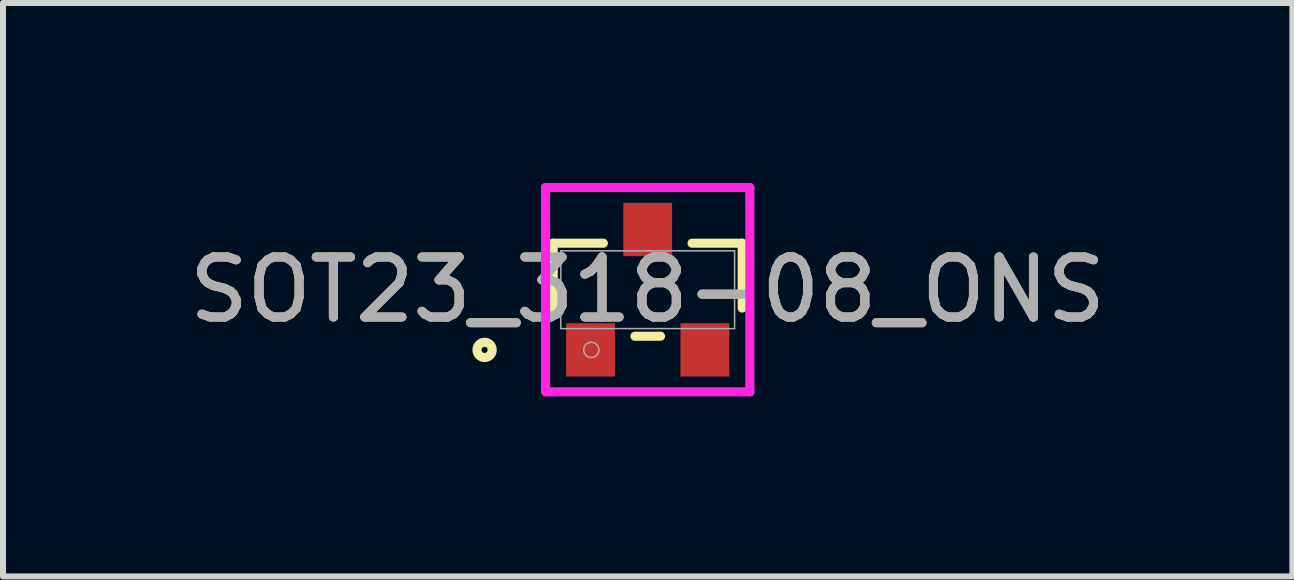
<source format=kicad_pcb>
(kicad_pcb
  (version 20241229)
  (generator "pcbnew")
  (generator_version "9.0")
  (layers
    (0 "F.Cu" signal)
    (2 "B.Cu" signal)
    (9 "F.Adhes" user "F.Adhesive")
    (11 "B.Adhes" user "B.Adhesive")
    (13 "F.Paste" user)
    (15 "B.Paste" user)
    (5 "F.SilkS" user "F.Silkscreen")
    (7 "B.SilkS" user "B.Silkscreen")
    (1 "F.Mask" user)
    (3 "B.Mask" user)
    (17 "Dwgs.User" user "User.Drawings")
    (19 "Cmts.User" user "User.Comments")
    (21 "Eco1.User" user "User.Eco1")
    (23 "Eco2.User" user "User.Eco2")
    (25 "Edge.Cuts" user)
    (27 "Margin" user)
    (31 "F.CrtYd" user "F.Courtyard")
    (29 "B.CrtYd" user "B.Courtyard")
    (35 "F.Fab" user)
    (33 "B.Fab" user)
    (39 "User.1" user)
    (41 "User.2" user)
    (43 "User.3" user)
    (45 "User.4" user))
  (footprint "SOT23_318-08_ONS"
    (layer "F.Cu")
    (at 7.744 1.778)
    (property "Reference" "SOT23_318-08_ONS" (at 0 0 0) (unlocked yes) (layer "F.SilkS") (effects (font (size 1 1) (thickness 0.15))))
    (attr smd)
    (fp_line (start -1.575 -0.775) (end -1.575 0.306) (stroke (width 0.152) (type solid)) (layer "F.SilkS"))
    (fp_line (start -0.739 -0.775) (end -1.575 -0.775) (stroke (width 0.152) (type solid)) (layer "F.SilkS"))
    (fp_line (start -0.213 0.775) (end 0.213 0.775) (stroke (width 0.152) (type solid)) (layer "F.SilkS"))
    (fp_line (start 1.575 -0.775) (end 0.739 -0.775) (stroke (width 0.152) (type solid)) (layer "F.SilkS"))
    (fp_line (start 1.575 0.306) (end 1.575 -0.775) (stroke (width 0.152) (type solid)) (layer "F.SilkS"))
    (fp_circle (center -2.718 1.003) (end -2.591 1.003) (stroke (width 0.152) (type solid)) (fill no) (layer "F.SilkS"))
    (fp_line (start -1.702 -1.702) (end 1.702 -1.702) (stroke (width 0.152) (type solid)) (layer "F.CrtYd"))
    (fp_line (start -1.702 1.702) (end -1.702 -1.702) (stroke (width 0.152) (type solid)) (layer "F.CrtYd"))
    (fp_line (start 1.702 -1.702) (end 1.702 1.702) (stroke (width 0.152) (type solid)) (layer "F.CrtYd"))
    (fp_line (start 1.702 1.702) (end -1.702 1.702) (stroke (width 0.152) (type solid)) (layer "F.CrtYd"))
    (fp_line (start -1.448 -0.648) (end -1.448 0.648) (stroke (width 0.025) (type solid)) (layer "F.Fab"))
    (fp_line (start -1.448 0.648) (end 1.448 0.648) (stroke (width 0.025) (type solid)) (layer "F.Fab"))
    (fp_line (start 1.448 -0.648) (end -1.448 -0.648) (stroke (width 0.025) (type solid)) (layer "F.Fab"))
    (fp_line (start 1.448 0.648) (end 1.448 -0.648) (stroke (width 0.025) (type solid)) (layer "F.Fab"))
    (fp_circle (center -0.94 1.003) (end -0.813 1.003) (stroke (width 0.025) (type solid)) (fill no) (layer "F.Fab"))
    (fp_text user "${REFERENCE}" (at 0 0 0) (unlocked yes) (layer "F.Fab") (effects (font (size 1 1) (thickness 0.15))))
    (pad "1" smd rect (at -0.953 1.003) (size 0.813 0.889) (layers "F.Cu" "F.Mask" "F.Paste"))
    (pad "2" smd rect (at 0.953 1.003) (size 0.813 0.889) (layers "F.Cu" "F.Mask" "F.Paste"))
    (pad "3" smd rect (at 0 -1.003) (size 0.813 0.889) (layers "F.Cu" "F.Mask" "F.Paste")))
  (gr_rect
    (start -3 -3)
    (end 18.488 6.556)
    (stroke (width 0.1) (type default))
    (fill no)
    (layer "Edge.Cuts")))
</source>
